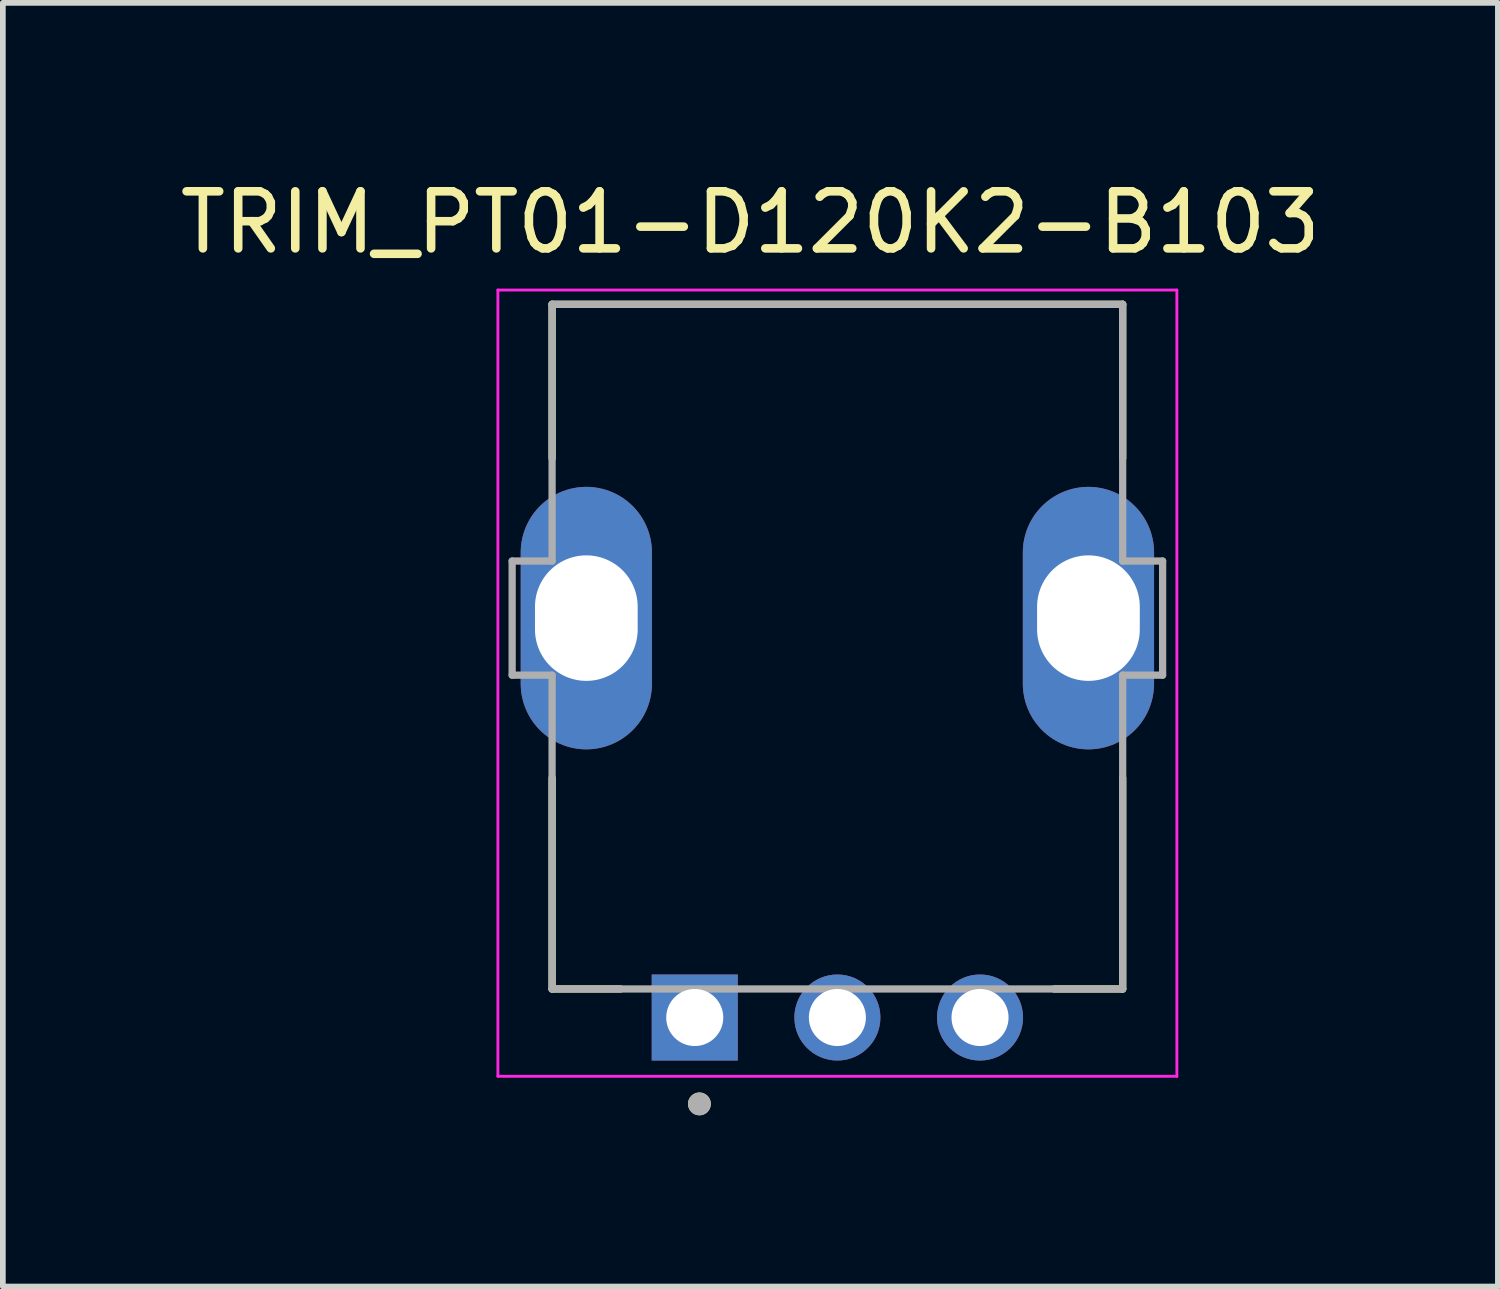
<source format=kicad_pcb>
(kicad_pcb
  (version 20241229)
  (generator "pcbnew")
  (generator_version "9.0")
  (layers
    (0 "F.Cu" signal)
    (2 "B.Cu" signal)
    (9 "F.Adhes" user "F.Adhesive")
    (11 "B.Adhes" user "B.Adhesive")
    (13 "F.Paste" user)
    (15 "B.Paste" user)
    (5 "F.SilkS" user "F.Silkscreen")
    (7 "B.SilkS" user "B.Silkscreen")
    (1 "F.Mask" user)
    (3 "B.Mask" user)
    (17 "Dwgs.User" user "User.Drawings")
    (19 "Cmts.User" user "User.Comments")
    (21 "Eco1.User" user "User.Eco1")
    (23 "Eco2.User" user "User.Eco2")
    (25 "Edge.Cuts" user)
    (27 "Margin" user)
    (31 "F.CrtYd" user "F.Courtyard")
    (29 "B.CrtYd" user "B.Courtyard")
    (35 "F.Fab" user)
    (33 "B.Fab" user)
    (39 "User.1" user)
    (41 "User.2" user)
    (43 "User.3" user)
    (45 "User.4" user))
  (footprint "TRIM_PT01-D120K2-B103"
    (layer "F.Cu")
    (at 11.626 7.783)
    (property "Reference" "TRIM_PT01-D120K2-B103" (at -1.525 -6.935 0) (layer "F.SilkS") (effects (font (size 1 1) (thickness 0.15))))
    (attr through_hole)
    (fp_line (start -5 -5.5) (end 5 -5.5) (stroke (width 0.127) (type solid)) (layer "F.SilkS"))
    (fp_line (start -5 -2.8) (end -5 -5.5) (stroke (width 0.127) (type solid)) (layer "F.SilkS"))
    (fp_line (start -5 2.8) (end -5 6.5) (stroke (width 0.127) (type solid)) (layer "F.SilkS"))
    (fp_line (start -5 6.5) (end -3.8 6.5) (stroke (width 0.127) (type solid)) (layer "F.SilkS"))
    (fp_line (start 5 -5.5) (end 5 -2.8) (stroke (width 0.127) (type solid)) (layer "F.SilkS"))
    (fp_line (start 5 2.8) (end 5 6.5) (stroke (width 0.127) (type solid)) (layer "F.SilkS"))
    (fp_line (start 5 6.5) (end 3.8 6.5) (stroke (width 0.127) (type solid)) (layer "F.SilkS"))
    (fp_circle (center -2.418 8.514) (end -2.318 8.514) (stroke (width 0.2) (type solid)) (fill no) (layer "F.SilkS"))
    (fp_line (start -5.95 -5.75) (end 5.95 -5.75) (stroke (width 0.05) (type solid)) (layer "F.CrtYd"))
    (fp_line (start -5.95 8.03) (end -5.95 -5.75) (stroke (width 0.05) (type solid)) (layer "F.CrtYd"))
    (fp_line (start 5.95 -5.75) (end 5.95 8.03) (stroke (width 0.05) (type solid)) (layer "F.CrtYd"))
    (fp_line (start 5.95 8.03) (end -5.95 8.03) (stroke (width 0.05) (type solid)) (layer "F.CrtYd"))
    (fp_line (start -5.7 -1) (end -5 -1) (stroke (width 0.127) (type solid)) (layer "F.Fab"))
    (fp_line (start -5.7 1) (end -5.7 -1) (stroke (width 0.127) (type solid)) (layer "F.Fab"))
    (fp_line (start -5 -5.5) (end 5 -5.5) (stroke (width 0.127) (type solid)) (layer "F.Fab"))
    (fp_line (start -5 -1) (end -5 -5.5) (stroke (width 0.127) (type solid)) (layer "F.Fab"))
    (fp_line (start -5 1) (end -5.7 1) (stroke (width 0.127) (type solid)) (layer "F.Fab"))
    (fp_line (start -5 6.5) (end -5 1) (stroke (width 0.127) (type solid)) (layer "F.Fab"))
    (fp_line (start -5 6.5) (end 5 6.5) (stroke (width 0.127) (type solid)) (layer "F.Fab"))
    (fp_line (start 5 -5.5) (end 5 -1) (stroke (width 0.127) (type solid)) (layer "F.Fab"))
    (fp_line (start 5 -1) (end 5.7 -1) (stroke (width 0.127) (type solid)) (layer "F.Fab"))
    (fp_line (start 5 1) (end 5 6.5) (stroke (width 0.127) (type solid)) (layer "F.Fab"))
    (fp_line (start 5.7 -1) (end 5.7 1) (stroke (width 0.127) (type solid)) (layer "F.Fab"))
    (fp_line (start 5.7 1) (end 5 1) (stroke (width 0.127) (type solid)) (layer "F.Fab"))
    (fp_circle (center -2.418 8.514) (end -2.318 8.514) (stroke (width 0.2) (type solid)) (fill no) (layer "F.Fab"))
    (pad "1" thru_hole rect (at -2.5 7) (size 1.508 1.508) (drill 1) (layers "*.Cu" "*.Mask"))
    (pad "2" thru_hole circle (at 0 7) (size 1.508 1.508) (drill 1) (layers "*.Cu" "*.Mask"))
    (pad "3" thru_hole circle (at 2.5 7) (size 1.508 1.508) (drill 1) (layers "*.Cu" "*.Mask"))
    (pad "S1" thru_hole oval (at -4.4 0) (size 2.3 4.6) (drill oval 1.8 2.2) (layers "*.Cu" "*.Mask"))
    (pad "S2" thru_hole oval (at 4.4 0) (size 2.3 4.6) (drill oval 1.8 2.2) (layers "*.Cu" "*.Mask")))
  (gr_rect
    (start -3 -3)
    (end 23.202 19.497)
    (stroke (width 0.1) (type default))
    (fill no)
    (layer "Edge.Cuts")))
</source>
